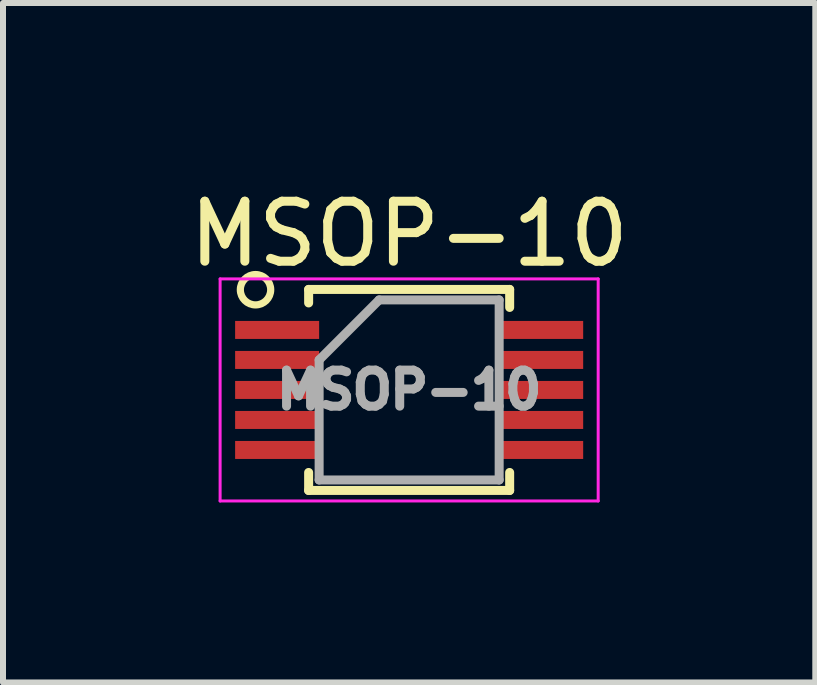
<source format=kicad_pcb>
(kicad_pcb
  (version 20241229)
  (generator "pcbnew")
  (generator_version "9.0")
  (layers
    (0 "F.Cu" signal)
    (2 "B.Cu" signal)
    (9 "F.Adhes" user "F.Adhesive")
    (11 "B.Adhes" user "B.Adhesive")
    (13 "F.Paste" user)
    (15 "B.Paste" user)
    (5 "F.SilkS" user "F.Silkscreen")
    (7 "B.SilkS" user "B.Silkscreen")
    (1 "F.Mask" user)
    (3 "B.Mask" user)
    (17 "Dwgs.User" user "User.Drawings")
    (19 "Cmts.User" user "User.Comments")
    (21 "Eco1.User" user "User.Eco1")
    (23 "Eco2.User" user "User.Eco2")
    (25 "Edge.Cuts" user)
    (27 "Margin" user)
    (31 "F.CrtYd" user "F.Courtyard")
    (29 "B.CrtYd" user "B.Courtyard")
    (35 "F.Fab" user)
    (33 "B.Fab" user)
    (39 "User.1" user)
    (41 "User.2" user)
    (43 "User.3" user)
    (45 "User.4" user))
  (footprint "MSOP-10"
    (layer "F.Cu")
    (at 3.768 3.448)
    (property "Reference" "MSOP-10" (at 0 -2.6 0) (layer "F.SilkS") (effects (font (size 1 1) (thickness 0.15))))
    (attr smd)
    (fp_line (start -1.675 -1.675) (end -1.675 -1.45) (stroke (width 0.15) (type solid)) (layer "F.SilkS"))
    (fp_line (start -1.675 -1.675) (end 1.675 -1.675) (stroke (width 0.15) (type solid)) (layer "F.SilkS"))
    (fp_line (start -1.675 1.675) (end -1.675 1.375) (stroke (width 0.15) (type solid)) (layer "F.SilkS"))
    (fp_line (start -1.675 1.675) (end 1.675 1.675) (stroke (width 0.15) (type solid)) (layer "F.SilkS"))
    (fp_line (start 1.675 -1.675) (end 1.675 -1.375) (stroke (width 0.15) (type solid)) (layer "F.SilkS"))
    (fp_line (start 1.675 1.675) (end 1.675 1.375) (stroke (width 0.15) (type solid)) (layer "F.SilkS"))
    (fp_circle (center -2.56 -1.67) (end -2.32 -1.59) (stroke (width 0.12) (type solid)) (fill no) (layer "F.SilkS"))
    (fp_line (start -3.15 -1.85) (end -3.15 1.85) (stroke (width 0.05) (type solid)) (layer "F.CrtYd"))
    (fp_line (start -3.15 -1.85) (end 3.15 -1.85) (stroke (width 0.05) (type solid)) (layer "F.CrtYd"))
    (fp_line (start -3.15 1.85) (end 3.15 1.85) (stroke (width 0.05) (type solid)) (layer "F.CrtYd"))
    (fp_line (start 3.15 -1.85) (end 3.15 1.85) (stroke (width 0.05) (type solid)) (layer "F.CrtYd"))
    (fp_line (start -1.5 -0.5) (end -0.5 -1.5) (stroke (width 0.15) (type solid)) (layer "F.Fab"))
    (fp_line (start -1.5 1.5) (end -1.5 -0.5) (stroke (width 0.15) (type solid)) (layer "F.Fab"))
    (fp_line (start -0.5 -1.5) (end 1.5 -1.5) (stroke (width 0.15) (type solid)) (layer "F.Fab"))
    (fp_line (start 1.5 -1.5) (end 1.5 1.5) (stroke (width 0.15) (type solid)) (layer "F.Fab"))
    (fp_line (start 1.5 1.5) (end -1.5 1.5) (stroke (width 0.15) (type solid)) (layer "F.Fab"))
    (fp_text user "${REFERENCE}" (at 0 0 0) (layer "F.Fab") (effects (font (size 0.6 0.6) (thickness 0.15))))
    (pad "1" smd rect (at -2.2 -1) (size 1.4 0.3) (layers "F.Cu" "F.Mask" "F.Paste"))
    (pad "2" smd rect (at -2.2 -0.5) (size 1.4 0.3) (layers "F.Cu" "F.Mask" "F.Paste"))
    (pad "3" smd rect (at -2.2 0) (size 1.4 0.3) (layers "F.Cu" "F.Mask" "F.Paste"))
    (pad "4" smd rect (at -2.2 0.5) (size 1.4 0.3) (layers "F.Cu" "F.Mask" "F.Paste"))
    (pad "5" smd rect (at -2.2 1) (size 1.4 0.3) (layers "F.Cu" "F.Mask" "F.Paste"))
    (pad "6" smd rect (at 2.2 1) (size 1.4 0.3) (layers "F.Cu" "F.Mask" "F.Paste"))
    (pad "7" smd rect (at 2.2 0.5) (size 1.4 0.3) (layers "F.Cu" "F.Mask" "F.Paste"))
    (pad "8" smd rect (at 2.2 0) (size 1.4 0.3) (layers "F.Cu" "F.Mask" "F.Paste"))
    (pad "9" smd rect (at 2.2 -0.5) (size 1.4 0.3) (layers "F.Cu" "F.Mask" "F.Paste"))
    (pad "10" smd rect (at 2.2 -1) (size 1.4 0.3) (layers "F.Cu" "F.Mask" "F.Paste")))
  (gr_rect
    (start -3 -3)
    (end 10.536 8.323)
    (stroke (width 0.1) (type default))
    (fill no)
    (layer "Edge.Cuts")))
</source>
